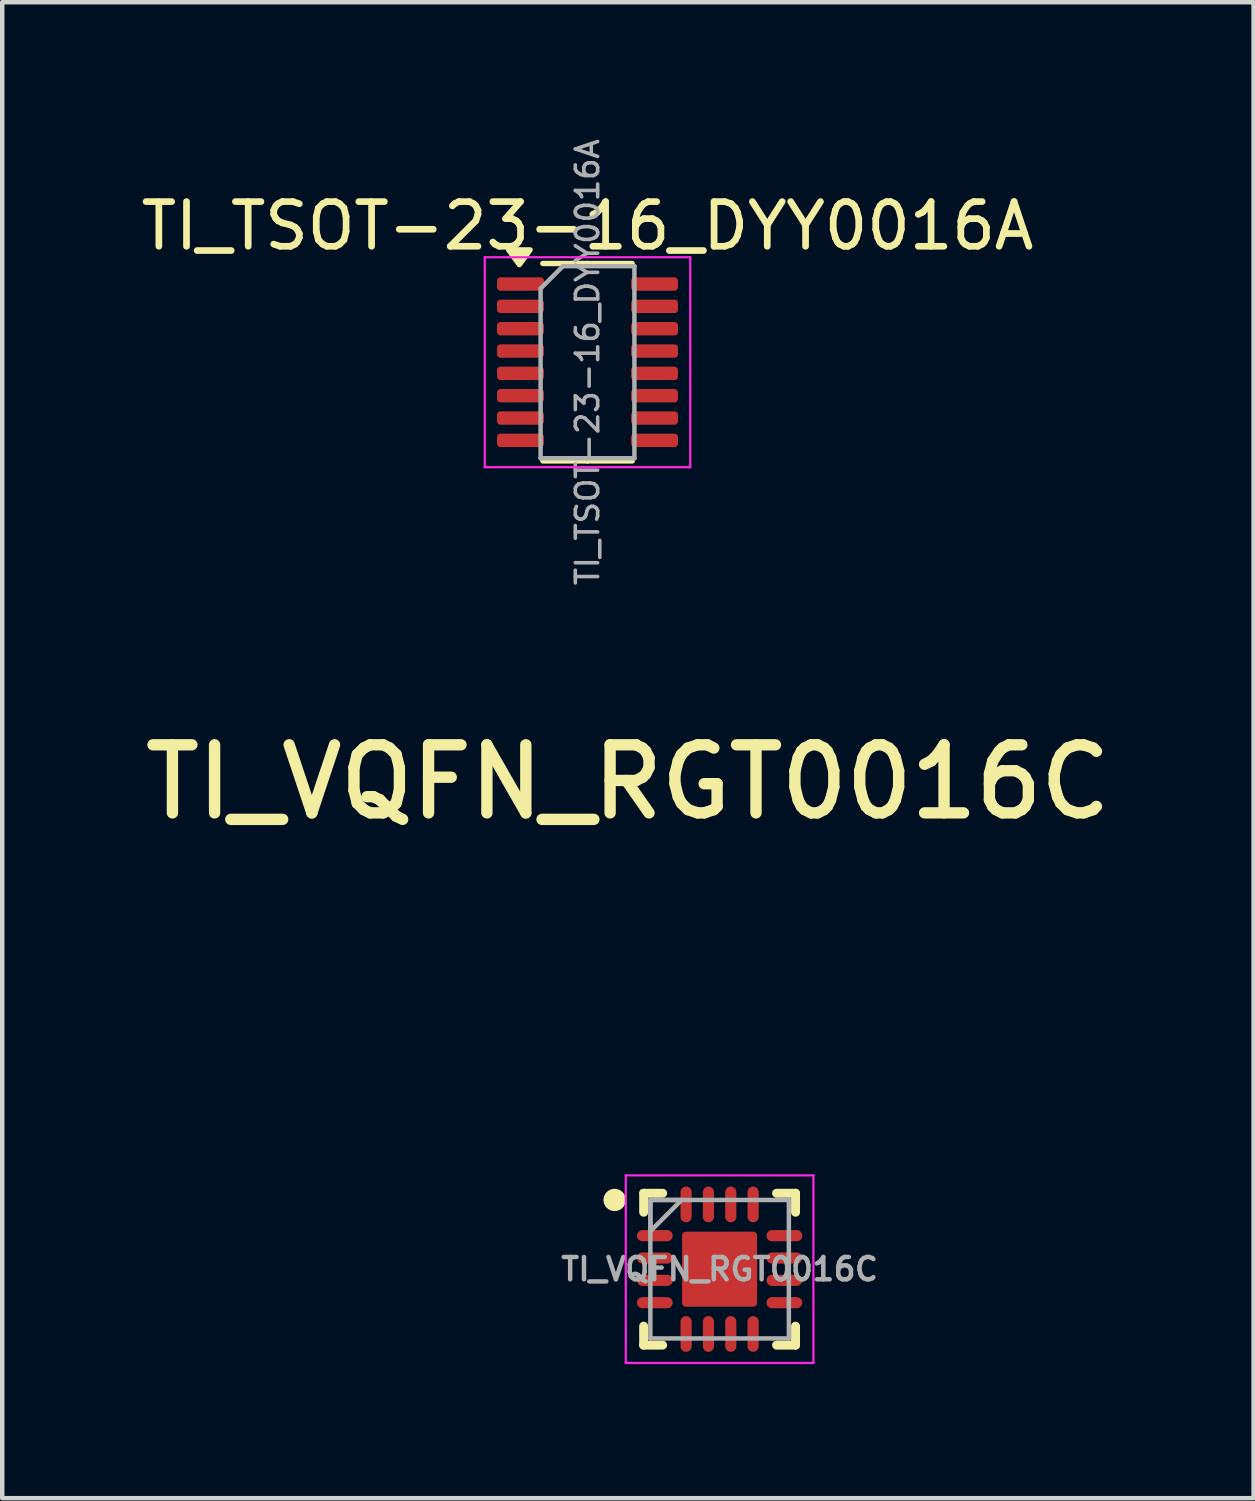
<source format=kicad_pcb>
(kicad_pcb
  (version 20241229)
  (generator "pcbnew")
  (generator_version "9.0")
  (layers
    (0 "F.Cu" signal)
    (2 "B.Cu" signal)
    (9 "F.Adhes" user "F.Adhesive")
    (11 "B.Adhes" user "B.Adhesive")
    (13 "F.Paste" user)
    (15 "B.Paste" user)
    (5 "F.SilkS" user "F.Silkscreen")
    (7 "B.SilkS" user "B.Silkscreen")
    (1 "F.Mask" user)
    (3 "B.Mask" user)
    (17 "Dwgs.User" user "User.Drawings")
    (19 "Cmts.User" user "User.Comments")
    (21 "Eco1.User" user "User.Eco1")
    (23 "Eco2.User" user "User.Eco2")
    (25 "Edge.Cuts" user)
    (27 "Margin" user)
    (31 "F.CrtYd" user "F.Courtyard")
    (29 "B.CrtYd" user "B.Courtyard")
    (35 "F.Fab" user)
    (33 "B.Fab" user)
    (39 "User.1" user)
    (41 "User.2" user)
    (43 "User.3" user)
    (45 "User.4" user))
  (footprint "TI_TSOT-23-16_DYY0016A"
    (layer "F.Cu")
    (at 10.101 5.058)
    (property "Reference" "TI_TSOT-23-16_DYY0016A" (at 0 -3.05 0) (layer "F.SilkS") (effects (font (size 1 1) (thickness 0.15))))
    (attr smd)
    (fp_line (start 0 -2.21) (end -1 -2.21) (stroke (width 0.12) (type solid)) (layer "F.SilkS"))
    (fp_line (start 0 -2.21) (end 1 -2.21) (stroke (width 0.12) (type solid)) (layer "F.SilkS"))
    (fp_line (start 0 2.21) (end -1 2.21) (stroke (width 0.12) (type solid)) (layer "F.SilkS"))
    (fp_line (start 0 2.21) (end 1 2.21) (stroke (width 0.12) (type solid)) (layer "F.SilkS"))
    (fp_poly (pts (xy -1.525 -2.185) (xy -1.765 -2.515) (xy -1.285 -2.515) (xy -1.525 -2.185)) (stroke (width 0.12) (type solid)) (fill yes) (layer "F.SilkS"))
    (fp_line (start -2.3 -2.35) (end -2.3 2.35) (stroke (width 0.05) (type solid)) (layer "F.CrtYd"))
    (fp_line (start -2.3 2.35) (end 2.3 2.35) (stroke (width 0.05) (type solid)) (layer "F.CrtYd"))
    (fp_line (start 2.3 -2.35) (end -2.3 -2.35) (stroke (width 0.05) (type solid)) (layer "F.CrtYd"))
    (fp_line (start 2.3 2.35) (end 2.3 -2.35) (stroke (width 0.05) (type solid)) (layer "F.CrtYd"))
    (fp_line (start -1.05 -1.65) (end -0.55 -2.15) (stroke (width 0.1) (type solid)) (layer "F.Fab"))
    (fp_line (start -1.05 2.15) (end -1.05 -1.65) (stroke (width 0.1) (type solid)) (layer "F.Fab"))
    (fp_line (start -0.55 -2.15) (end 1.05 -2.15) (stroke (width 0.1) (type solid)) (layer "F.Fab"))
    (fp_line (start 1.05 -2.15) (end 1.05 2.15) (stroke (width 0.1) (type solid)) (layer "F.Fab"))
    (fp_line (start 1.05 2.15) (end -1.05 2.15) (stroke (width 0.1) (type solid)) (layer "F.Fab"))
    (fp_line (start -0.5 0) (end 0.5 0) (stroke (width 0.1) (type solid)) (layer "User.1"))
    (fp_line (start 0 -0.5) (end 0 0.5) (stroke (width 0.1) (type solid)) (layer "User.1"))
    (fp_text user "${REFERENCE}" (at 0 0 90) (layer "F.Fab") (effects (font (size 0.5 0.5) (thickness 0.08))))
    (pad "1" smd roundrect (at -1.5 -1.75) (size 1.05 0.3) (layers "F.Cu" "F.Mask" "F.Paste") (roundrect_rratio 0.25))
    (pad "2" smd roundrect (at -1.5 -1.25) (size 1.05 0.3) (layers "F.Cu" "F.Mask" "F.Paste") (roundrect_rratio 0.25))
    (pad "3" smd roundrect (at -1.5 -0.75) (size 1.05 0.3) (layers "F.Cu" "F.Mask" "F.Paste") (roundrect_rratio 0.25))
    (pad "4" smd roundrect (at -1.5 -0.25) (size 1.05 0.3) (layers "F.Cu" "F.Mask" "F.Paste") (roundrect_rratio 0.25))
    (pad "5" smd roundrect (at -1.5 0.25) (size 1.05 0.3) (layers "F.Cu" "F.Mask" "F.Paste") (roundrect_rratio 0.25))
    (pad "6" smd roundrect (at -1.5 0.75) (size 1.05 0.3) (layers "F.Cu" "F.Mask" "F.Paste") (roundrect_rratio 0.25))
    (pad "7" smd roundrect (at -1.5 1.25) (size 1.05 0.3) (layers "F.Cu" "F.Mask" "F.Paste") (roundrect_rratio 0.25))
    (pad "8" smd roundrect (at -1.5 1.75) (size 1.05 0.3) (layers "F.Cu" "F.Mask" "F.Paste") (roundrect_rratio 0.25))
    (pad "9" smd roundrect (at 1.5 1.75) (size 1.05 0.3) (layers "F.Cu" "F.Mask" "F.Paste") (roundrect_rratio 0.25))
    (pad "10" smd roundrect (at 1.5 1.25) (size 1.05 0.3) (layers "F.Cu" "F.Mask" "F.Paste") (roundrect_rratio 0.25))
    (pad "11" smd roundrect (at 1.5 0.75) (size 1.05 0.3) (layers "F.Cu" "F.Mask" "F.Paste") (roundrect_rratio 0.25))
    (pad "12" smd roundrect (at 1.5 0.25) (size 1.05 0.3) (layers "F.Cu" "F.Mask" "F.Paste") (roundrect_rratio 0.25))
    (pad "13" smd roundrect (at 1.5 -0.25) (size 1.05 0.3) (layers "F.Cu" "F.Mask" "F.Paste") (roundrect_rratio 0.25))
    (pad "14" smd roundrect (at 1.5 -0.75) (size 1.05 0.3) (layers "F.Cu" "F.Mask" "F.Paste") (roundrect_rratio 0.25))
    (pad "15" smd roundrect (at 1.5 -1.25) (size 1.05 0.3) (layers "F.Cu" "F.Mask" "F.Paste") (roundrect_rratio 0.25))
    (pad "16" smd roundrect (at 1.5 -1.75) (size 1.05 0.3) (layers "F.Cu" "F.Mask" "F.Paste") (roundrect_rratio 0.25)))
  (footprint "TI_VQFN_RGT0016C"
    (layer "F.Cu")
    (at 13.058 25.36)
    (property "Reference" "TI_VQFN_RGT0016C" (at -2.052 -10.906 0) (unlocked yes) (layer "F.SilkS") (effects (font (size 1.524 1.524) (thickness 0.254))))
    (fp_line (start -1.7 -1.7) (end -1.275 -1.7) (stroke (width 0.2) (type solid)) (layer "F.SilkS"))
    (fp_line (start -1.7 -1.275) (end -1.7 -1.7) (stroke (width 0.2) (type solid)) (layer "F.SilkS"))
    (fp_line (start -1.7 1.7) (end -1.7 1.275) (stroke (width 0.2) (type solid)) (layer "F.SilkS"))
    (fp_line (start -1.7 1.7) (end -1.275 1.7) (stroke (width 0.2) (type solid)) (layer "F.SilkS"))
    (fp_line (start 1.275 -1.7) (end 1.7 -1.7) (stroke (width 0.2) (type solid)) (layer "F.SilkS"))
    (fp_line (start 1.275 1.7) (end 1.7 1.7) (stroke (width 0.2) (type solid)) (layer "F.SilkS"))
    (fp_line (start 1.7 -1.275) (end 1.7 -1.7) (stroke (width 0.2) (type solid)) (layer "F.SilkS"))
    (fp_line (start 1.7 1.7) (end 1.7 1.275) (stroke (width 0.2) (type solid)) (layer "F.SilkS"))
    (fp_circle (center -2.35 -1.55) (end -2.35 -1.675) (stroke (width 0.25) (type solid)) (fill no) (layer "F.SilkS"))
    (fp_line (start -2.1 -2.1) (end 2.1 -2.1) (stroke (width 0.05) (type solid)) (layer "F.CrtYd"))
    (fp_line (start -2.1 2.1) (end -2.1 -2.1) (stroke (width 0.05) (type solid)) (layer "F.CrtYd"))
    (fp_line (start -2.1 2.1) (end 2.1 2.1) (stroke (width 0.05) (type solid)) (layer "F.CrtYd"))
    (fp_line (start 2.1 2.1) (end 2.1 -2.1) (stroke (width 0.05) (type solid)) (layer "F.CrtYd"))
    (fp_line (start -1.55 -1.55) (end 1.55 -1.55) (stroke (width 0.1) (type solid)) (layer "F.Fab"))
    (fp_line (start -1.55 1.55) (end -1.55 -1.55) (stroke (width 0.1) (type solid)) (layer "F.Fab"))
    (fp_line (start -1.55 1.55) (end 1.55 1.55) (stroke (width 0.1) (type solid)) (layer "F.Fab"))
    (fp_line (start 1.55 1.55) (end 1.55 -1.55) (stroke (width 0.1) (type solid)) (layer "F.Fab"))
    (fp_poly (pts (xy -1.55 -0.85) (xy -0.85 -1.55) (xy -1.55 -1.55)) (stroke (width 0.1) (type default)) (fill no) (layer "F.Fab"))
    (fp_text user "${REFERENCE}" (at 0 0 0) (unlocked yes) (layer "F.Fab") (effects (font (size 0.5 0.5) (thickness 0.1) (bold yes))))
    (pad "1" smd oval (at -1.45 -0.75 90) (size 0.25 0.8) (layers "F.Cu" "F.Mask" "F.Paste"))
    (pad "2" smd oval (at -1.45 -0.25 90) (size 0.25 0.8) (layers "F.Cu" "F.Mask" "F.Paste"))
    (pad "3" smd oval (at -1.45 0.25 90) (size 0.25 0.8) (layers "F.Cu" "F.Mask" "F.Paste"))
    (pad "4" smd oval (at -1.45 0.75 90) (size 0.25 0.8) (layers "F.Cu" "F.Mask" "F.Paste"))
    (pad "5" smd oval (at -0.75 1.45) (size 0.25 0.8) (layers "F.Cu" "F.Mask" "F.Paste"))
    (pad "6" smd oval (at -0.25 1.45) (size 0.25 0.8) (layers "F.Cu" "F.Mask" "F.Paste"))
    (pad "7" smd oval (at 0.25 1.45) (size 0.25 0.8) (layers "F.Cu" "F.Mask" "F.Paste"))
    (pad "8" smd oval (at 0.75 1.45) (size 0.25 0.8) (layers "F.Cu" "F.Mask" "F.Paste"))
    (pad "9" smd oval (at 1.45 0.75 90) (size 0.25 0.8) (layers "F.Cu" "F.Mask" "F.Paste"))
    (pad "10" smd oval (at 1.45 0.25 90) (size 0.25 0.8) (layers "F.Cu" "F.Mask" "F.Paste"))
    (pad "11" smd oval (at 1.45 -0.25 90) (size 0.25 0.8) (layers "F.Cu" "F.Mask" "F.Paste"))
    (pad "12" smd oval (at 1.45 -0.75 90) (size 0.25 0.8) (layers "F.Cu" "F.Mask" "F.Paste"))
    (pad "13" smd oval (at 0.75 -1.45) (size 0.25 0.8) (layers "F.Cu" "F.Mask" "F.Paste"))
    (pad "14" smd oval (at 0.25 -1.45) (size 0.25 0.8) (layers "F.Cu" "F.Mask" "F.Paste"))
    (pad "15" smd oval (at -0.25 -1.45) (size 0.25 0.8) (layers "F.Cu" "F.Mask" "F.Paste"))
    (pad "16" smd oval (at -0.75 -1.45) (size 0.25 0.8) (layers "F.Cu" "F.Mask" "F.Paste"))
    (pad "17" smd roundrect (at 0 0) (size 1.68 1.68) (layers "F.Cu" "F.Mask" "F.Paste") (roundrect_rratio 0.05)))
  (gr_rect
    (start -3 -3)
    (end 25.011 30.485)
    (stroke (width 0.1) (type default))
    (fill no)
    (layer "Edge.Cuts")))
</source>
